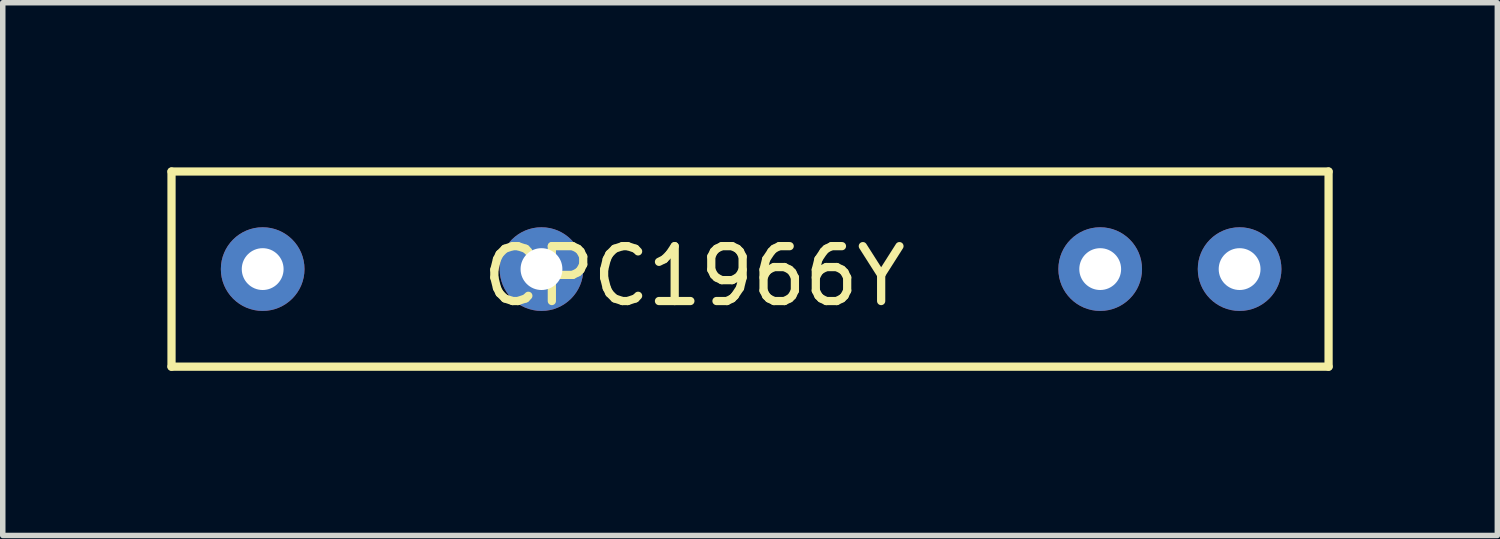
<source format=kicad_pcb>
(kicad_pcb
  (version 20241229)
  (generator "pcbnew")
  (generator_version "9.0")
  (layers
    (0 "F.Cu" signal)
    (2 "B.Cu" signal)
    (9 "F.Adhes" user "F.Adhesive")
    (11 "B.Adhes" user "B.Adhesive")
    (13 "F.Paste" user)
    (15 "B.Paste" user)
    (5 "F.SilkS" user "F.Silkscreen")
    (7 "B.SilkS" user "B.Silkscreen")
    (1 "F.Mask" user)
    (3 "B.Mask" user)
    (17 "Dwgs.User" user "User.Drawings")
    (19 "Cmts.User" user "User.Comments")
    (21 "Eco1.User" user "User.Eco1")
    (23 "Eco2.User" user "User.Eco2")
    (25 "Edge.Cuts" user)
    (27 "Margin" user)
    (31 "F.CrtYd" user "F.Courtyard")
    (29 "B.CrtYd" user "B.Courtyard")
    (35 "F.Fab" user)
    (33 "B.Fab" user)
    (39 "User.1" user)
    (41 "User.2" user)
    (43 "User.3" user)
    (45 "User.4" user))
  (footprint "CPC1966Y"
    (layer "F.Cu")
    (at 10.616 1.853)
    (property "Reference" "CPC1966Y" (at -1.016 0.127 0) (layer "F.SilkS") (effects (font (size 1 1) (thickness 0.15))))
    (attr through_hole)
    (fp_line (start -10.541 -1.778) (end -10.541 1.778) (stroke (width 0.15) (type solid)) (layer "F.SilkS"))
    (fp_line (start -10.541 1.778) (end 10.541 1.778) (stroke (width 0.15) (type solid)) (layer "F.SilkS"))
    (fp_line (start 10.541 -1.778) (end -10.541 -1.778) (stroke (width 0.15) (type solid)) (layer "F.SilkS"))
    (fp_line (start 10.541 1.778) (end 10.541 -1.778) (stroke (width 0.15) (type solid)) (layer "F.SilkS"))
    (pad "1" thru_hole circle (at -8.88 0) (size 1.524 1.524) (drill 0.762) (layers "*.Cu" "*.Mask"))
    (pad "2" thru_hole circle (at -3.8 0) (size 1.524 1.524) (drill 0.762) (layers "*.Cu" "*.Mask"))
    (pad "3" thru_hole circle (at 6.38 0) (size 1.524 1.524) (drill 0.762) (layers "*.Cu" "*.Mask"))
    (pad "4" thru_hole circle (at 8.92 0) (size 1.524 1.524) (drill 0.762) (layers "*.Cu" "*.Mask")))
  (gr_rect
    (start -3 -3)
    (end 24.232 6.706)
    (stroke (width 0.1) (type default))
    (fill no)
    (layer "Edge.Cuts")))
</source>
